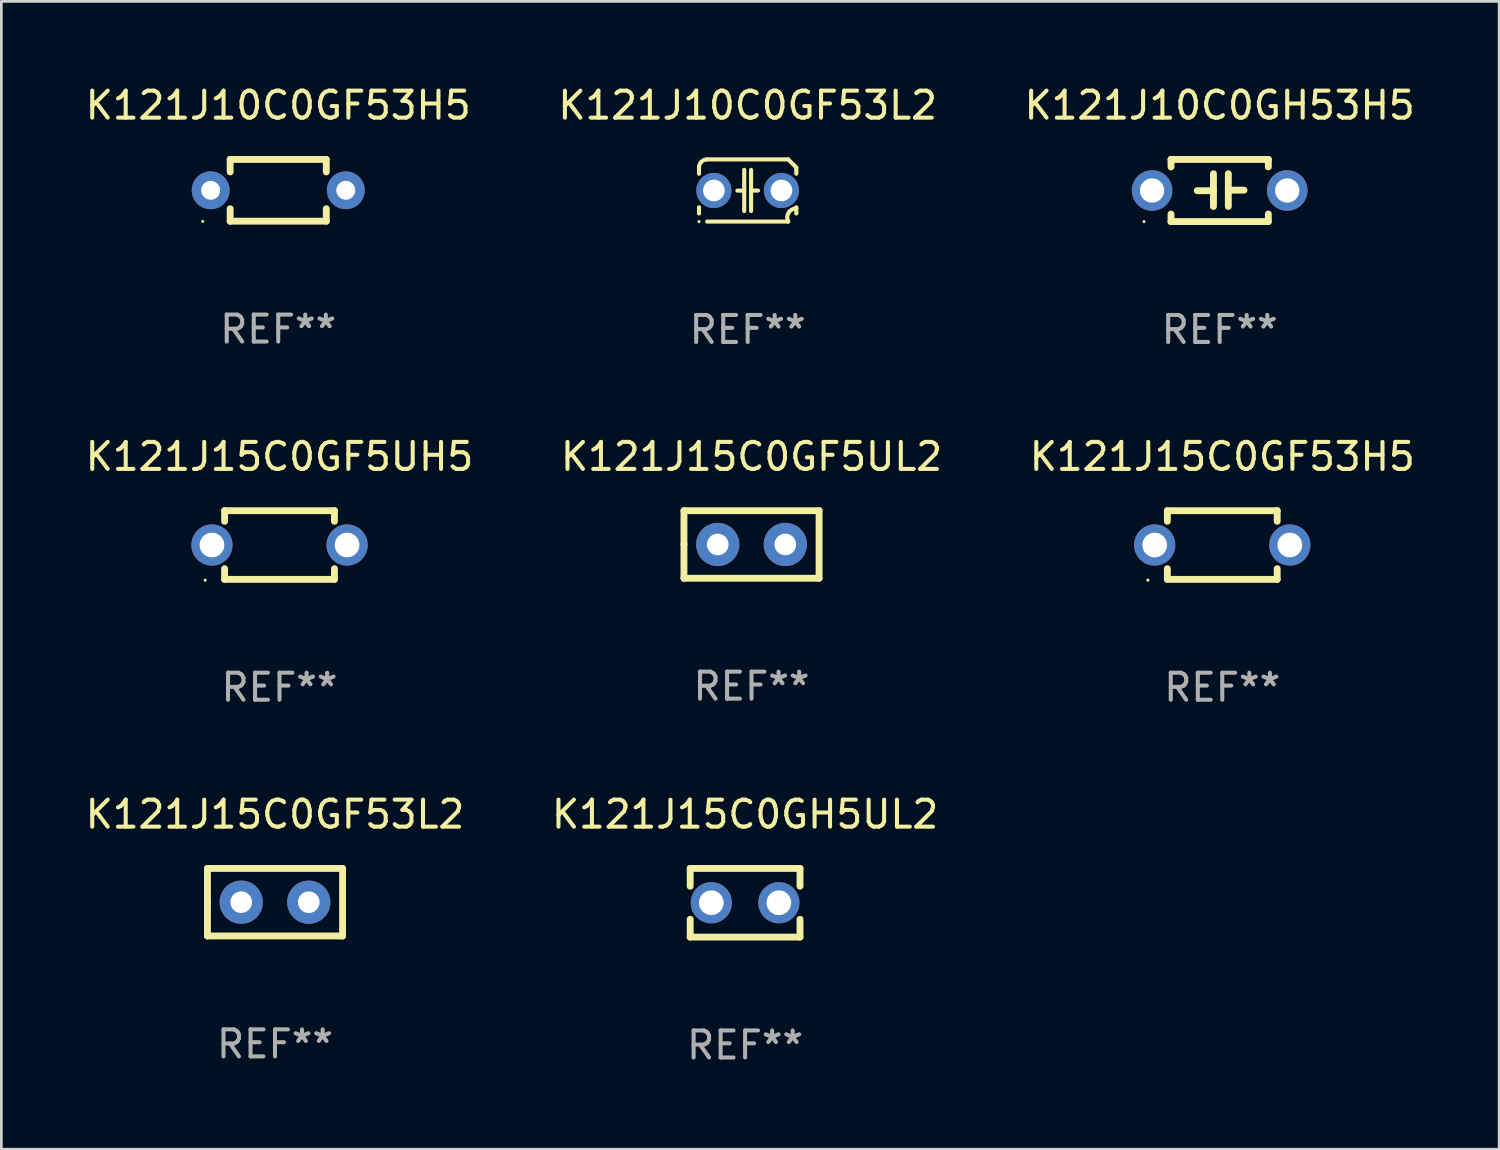
<source format=kicad_pcb>
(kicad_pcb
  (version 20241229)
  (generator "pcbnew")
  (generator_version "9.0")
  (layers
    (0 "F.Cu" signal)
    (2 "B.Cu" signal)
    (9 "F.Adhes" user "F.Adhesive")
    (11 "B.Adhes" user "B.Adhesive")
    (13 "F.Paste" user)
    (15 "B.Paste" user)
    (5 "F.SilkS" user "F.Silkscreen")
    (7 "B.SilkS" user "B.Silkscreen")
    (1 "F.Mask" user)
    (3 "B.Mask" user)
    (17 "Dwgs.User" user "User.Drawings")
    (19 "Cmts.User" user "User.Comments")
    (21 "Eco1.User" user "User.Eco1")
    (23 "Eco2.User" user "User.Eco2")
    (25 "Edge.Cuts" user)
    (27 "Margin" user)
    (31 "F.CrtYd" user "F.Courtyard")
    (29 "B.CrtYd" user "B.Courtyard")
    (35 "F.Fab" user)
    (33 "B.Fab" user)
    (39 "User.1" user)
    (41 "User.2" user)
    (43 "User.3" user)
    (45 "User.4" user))
  (footprint "K121J10C0GH53H5"
    (layer "F.Cu")
    (at 42.077 3.998)
    (property "Reference" "K121J10C0GH53H5" (at 0 -3.15 0) (layer "F.SilkS") (effects (font (size 1 1) (thickness 0.15))))
    (attr through_hole)
    (fp_line (start -1.8 -1.15) (end -1.8 -0.872) (stroke (width 0.254) (type solid)) (layer "F.SilkS"))
    (fp_line (start -1.8 -1.15) (end 1.8 -1.15) (stroke (width 0.254) (type solid)) (layer "F.SilkS"))
    (fp_line (start -1.8 0.872) (end -1.8 1.15) (stroke (width 0.254) (type solid)) (layer "F.SilkS"))
    (fp_line (start -1.8 1.15) (end 1.8 1.15) (stroke (width 0.254) (type solid)) (layer "F.SilkS"))
    (fp_line (start -0.23 -0.62) (end -0.23 0.59) (stroke (width 0.254) (type solid)) (layer "F.SilkS"))
    (fp_line (start -0.23 0.007) (end -0.83 0.007) (stroke (width 0.254) (type solid)) (layer "F.SilkS"))
    (fp_line (start 0.32 -0.62) (end 0.32 0.59) (stroke (width 0.254) (type solid)) (layer "F.SilkS"))
    (fp_line (start 0.32 -0.012) (end 0.9 -0.012) (stroke (width 0.254) (type solid)) (layer "F.SilkS"))
    (fp_line (start 1.8 -1.15) (end 1.8 -0.872) (stroke (width 0.254) (type solid)) (layer "F.SilkS"))
    (fp_line (start 1.8 0.872) (end 1.8 1.15) (stroke (width 0.254) (type solid)) (layer "F.SilkS"))
    (fp_circle (center -2.8 1.15) (end -2.77 1.15) (stroke (width 0.06) (type solid)) (fill no) (layer "F.SilkS"))
    (fp_text user "REF**" (at 0 5.15 0) (layer "F.Fab") (effects (font (size 1 1) (thickness 0.15))))
    (pad "1" thru_hole circle (at -2.5 0) (size 1.5 1.5) (drill 0.9) (layers "*.Cu" "*.Mask"))
    (pad "2" thru_hole circle (at 2.5 0) (size 1.5 1.5) (drill 0.9) (layers "*.Cu" "*.Mask")))
  (footprint "K121J10C0GF53H5"
    (layer "F.Cu")
    (at 7.244 3.991)
    (property "Reference" "K121J10C0GF53H5" (at 0 -3.143 0) (layer "F.SilkS") (effects (font (size 1 1) (thickness 0.15))))
    (attr through_hole)
    (fp_line (start -1.778 -1.143) (end 1.778 -1.143) (stroke (width 0.254) (type solid)) (layer "F.SilkS"))
    (fp_line (start -1.778 -0.681) (end -1.778 -1.143) (stroke (width 0.254) (type solid)) (layer "F.SilkS"))
    (fp_line (start -1.778 1.143) (end -1.778 0.681) (stroke (width 0.254) (type solid)) (layer "F.SilkS"))
    (fp_line (start 1.778 -1.143) (end 1.778 -0.681) (stroke (width 0.254) (type solid)) (layer "F.SilkS"))
    (fp_line (start 1.778 0.681) (end 1.778 1.143) (stroke (width 0.254) (type solid)) (layer "F.SilkS"))
    (fp_line (start 1.778 1.143) (end -1.778 1.143) (stroke (width 0.254) (type solid)) (layer "F.SilkS"))
    (fp_circle (center -2.794 1.15) (end -2.764 1.15) (stroke (width 0.06) (type solid)) (fill no) (layer "F.SilkS"))
    (fp_text user "REF**" (at 0 5.143 0) (layer "F.Fab") (effects (font (size 1 1) (thickness 0.15))))
    (pad "1" thru_hole circle (at -2.5 0) (size 1.4 1.4) (drill 0.7) (layers "*.Cu" "*.Mask"))
    (pad "2" thru_hole circle (at 2.5 0) (size 1.4 1.4) (drill 0.7) (layers "*.Cu" "*.Mask")))
  (footprint "K121J15C0GH5UL2"
    (layer "F.Cu")
    (at 24.518 30.351)
    (property "Reference" "K121J15C0GH5UL2" (at 0 -3.27 0) (layer "F.SilkS") (effects (font (size 1 1) (thickness 0.15))))
    (attr through_hole)
    (fp_line (start -2.032 -1.27) (end -2.032 -0.611) (stroke (width 0.254) (type solid)) (layer "F.SilkS"))
    (fp_line (start -2.032 0.611) (end -2.032 1.27) (stroke (width 0.254) (type solid)) (layer "F.SilkS"))
    (fp_line (start -2.032 1.27) (end 2.032 1.27) (stroke (width 0.254) (type solid)) (layer "F.SilkS"))
    (fp_line (start 2.032 -1.27) (end -2.032 -1.27) (stroke (width 0.254) (type solid)) (layer "F.SilkS"))
    (fp_line (start 2.032 -0.611) (end 2.032 -1.27) (stroke (width 0.254) (type solid)) (layer "F.SilkS"))
    (fp_line (start 2.032 1.27) (end 2.032 0.611) (stroke (width 0.254) (type solid)) (layer "F.SilkS"))
    (fp_circle (center -2 1.3) (end -1.97 1.3) (stroke (width 0.06) (type solid)) (fill no) (layer "F.SilkS"))
    (fp_text user "REF**" (at 0 5.27 0) (layer "F.Fab") (effects (font (size 1 1) (thickness 0.15))))
    (pad "1" thru_hole circle (at -1.25 0) (size 1.524 1.524) (drill 0.914) (layers "*.Cu" "*.Mask"))
    (pad "2" thru_hole circle (at 1.25 0) (size 1.524 1.524) (drill 0.914) (layers "*.Cu" "*.Mask")))
  (footprint "K121J15C0GF53L2"
    (layer "F.Cu")
    (at 7.125 30.331)
    (property "Reference" "K121J15C0GF53L2" (at 0 -3.25 0) (layer "F.SilkS") (effects (font (size 1 1) (thickness 0.15))))
    (attr through_hole)
    (fp_line (start -2.5 -1.25) (end 2.5 -1.25) (stroke (width 0.254) (type solid)) (layer "F.SilkS"))
    (fp_line (start -2.5 0) (end -2.5 -1.25) (stroke (width 0.254) (type solid)) (layer "F.SilkS"))
    (fp_line (start -2.5 1.25) (end -2.5 0) (stroke (width 0.254) (type solid)) (layer "F.SilkS"))
    (fp_line (start 2.5 -1.25) (end 2.5 1.25) (stroke (width 0.254) (type solid)) (layer "F.SilkS"))
    (fp_line (start 2.5 1.25) (end -2.5 1.25) (stroke (width 0.254) (type solid)) (layer "F.SilkS"))
    (fp_circle (center -2.5 1.25) (end -2.47 1.25) (stroke (width 0.06) (type solid)) (fill no) (layer "F.SilkS"))
    (fp_text user "REF**" (at 0 5.25 0) (layer "F.Fab") (effects (font (size 1 1) (thickness 0.15))))
    (pad "1" thru_hole circle (at -1.25 0) (size 1.6 1.6) (drill 0.8) (layers "*.Cu" "*.Mask"))
    (pad "2" thru_hole circle (at 1.25 0) (size 1.6 1.6) (drill 0.8) (layers "*.Cu" "*.Mask")))
  (footprint "K121J15C0GF5UH5"
    (layer "F.Cu")
    (at 7.292 17.115)
    (property "Reference" "K121J15C0GF5UH5" (at 0 -3.27 0) (layer "F.SilkS") (effects (font (size 1 1) (thickness 0.15))))
    (attr through_hole)
    (fp_line (start -2.032 -1.27) (end -2.032 -0.876) (stroke (width 0.254) (type solid)) (layer "F.SilkS"))
    (fp_line (start -2.032 0.876) (end -2.032 1.27) (stroke (width 0.254) (type solid)) (layer "F.SilkS"))
    (fp_line (start -2.032 1.27) (end 2.032 1.27) (stroke (width 0.254) (type solid)) (layer "F.SilkS"))
    (fp_line (start 2.032 -1.27) (end -2.032 -1.27) (stroke (width 0.254) (type solid)) (layer "F.SilkS"))
    (fp_line (start 2.032 -0.876) (end 2.032 -1.27) (stroke (width 0.254) (type solid)) (layer "F.SilkS"))
    (fp_line (start 2.032 1.27) (end 2.032 0.876) (stroke (width 0.254) (type solid)) (layer "F.SilkS"))
    (fp_circle (center -2.751 1.3) (end -2.721 1.3) (stroke (width 0.06) (type solid)) (fill no) (layer "F.SilkS"))
    (fp_text user "REF**" (at 0 5.27 0) (layer "F.Fab") (effects (font (size 1 1) (thickness 0.15))))
    (pad "1" thru_hole circle (at -2.5 0) (size 1.524 1.524) (drill 0.914) (layers "*.Cu" "*.Mask"))
    (pad "2" thru_hole circle (at 2.5 0) (size 1.524 1.524) (drill 0.914) (layers "*.Cu" "*.Mask")))
  (footprint "K121J10C0GF53L2"
    (layer "F.Cu")
    (at 24.613 3.998)
    (property "Reference" "K121J10C0GF53L2" (at 0 -3.15 0) (layer "F.SilkS") (effects (font (size 1 1) (thickness 0.15))))
    (attr through_hole)
    (fp_line (start -1.8 -0.621) (end -1.8 -0.85) (stroke (width 0.152) (type solid)) (layer "F.SilkS"))
    (fp_line (start -1.8 0.85) (end -1.8 0.621) (stroke (width 0.152) (type solid)) (layer "F.SilkS"))
    (fp_line (start -1.5 -1.15) (end 1.5 -1.15) (stroke (width 0.152) (type solid)) (layer "F.SilkS"))
    (fp_line (start -0.127 -0.762) (end -0.127 0.762) (stroke (width 0.152) (type solid)) (layer "F.SilkS"))
    (fp_line (start -0.127 0.005) (end -0.381 0.005) (stroke (width 0.152) (type solid)) (layer "F.SilkS"))
    (fp_line (start 0.127 -0.762) (end 0.127 0.762) (stroke (width 0.152) (type solid)) (layer "F.SilkS"))
    (fp_line (start 0.127 0.002) (end 0.381 0.002) (stroke (width 0.152) (type solid)) (layer "F.SilkS"))
    (fp_line (start 1.5 1.15) (end -1.5 1.15) (stroke (width 0.152) (type solid)) (layer "F.SilkS"))
    (fp_line (start 1.8 -0.85) (end 1.8 -0.621) (stroke (width 0.152) (type solid)) (layer "F.SilkS"))
    (fp_line (start 1.8 0.621) (end 1.8 0.85) (stroke (width 0.152) (type solid)) (layer "F.SilkS"))
    (fp_arc (start -1.799975 -0.849987) (mid -1.712107 -1.062119) (end -1.499975 -1.149987) (stroke (width 0.151994) (type solid)) (layer "F.SilkS"))
    (fp_arc (start 1.499975 1.149987) (mid 1.513726 0.822359) (end 1.799975 0.662387) (stroke (width 0.151994) (type solid)) (layer "F.SilkS"))
    (fp_arc (start 1.500001 -1.149986) (mid 1.650015 -1.000001) (end 1.8 -0.849987) (stroke (width 0.151994) (type solid)) (layer "F.SilkS"))
    (fp_circle (center -1.8 1.15) (end -1.77 1.15) (stroke (width 0.06) (type solid)) (fill no) (layer "F.SilkS"))
    (fp_text user "REF**" (at 0 5.15 0) (layer "F.Fab") (effects (font (size 1 1) (thickness 0.15))))
    (pad "1" thru_hole circle (at -1.25 0) (size 1.3 1.3) (drill 0.8) (layers "*.Cu" "*.Mask"))
    (pad "2" thru_hole circle (at 1.25 0) (size 1.3 1.3) (drill 0.8) (layers "*.Cu" "*.Mask")))
  (footprint "K121J15C0GF5UL2"
    (layer "F.Cu")
    (at 24.756 17.095)
    (property "Reference" "K121J15C0GF5UL2" (at 0 -3.25 0) (layer "F.SilkS") (effects (font (size 1 1) (thickness 0.15))))
    (attr through_hole)
    (fp_line (start -2.5 -1.25) (end 2.5 -1.25) (stroke (width 0.254) (type solid)) (layer "F.SilkS"))
    (fp_line (start -2.5 0) (end -2.5 -1.25) (stroke (width 0.254) (type solid)) (layer "F.SilkS"))
    (fp_line (start -2.5 1.25) (end -2.5 0) (stroke (width 0.254) (type solid)) (layer "F.SilkS"))
    (fp_line (start 2.5 -1.25) (end 2.5 1.25) (stroke (width 0.254) (type solid)) (layer "F.SilkS"))
    (fp_line (start 2.5 1.25) (end -2.5 1.25) (stroke (width 0.254) (type solid)) (layer "F.SilkS"))
    (fp_circle (center -2.5 1.25) (end -2.47 1.25) (stroke (width 0.06) (type solid)) (fill no) (layer "F.SilkS"))
    (fp_text user "REF**" (at 0 5.25 0) (layer "F.Fab") (effects (font (size 1 1) (thickness 0.15))))
    (pad "1" thru_hole circle (at -1.25 0) (size 1.6 1.6) (drill 0.8) (layers "*.Cu" "*.Mask"))
    (pad "2" thru_hole circle (at 1.25 0) (size 1.6 1.6) (drill 0.8) (layers "*.Cu" "*.Mask")))
  (footprint "K121J15C0GF53H5"
    (layer "F.Cu")
    (at 42.173 17.115)
    (property "Reference" "K121J15C0GF53H5" (at 0 -3.27 0) (layer "F.SilkS") (effects (font (size 1 1) (thickness 0.15))))
    (attr through_hole)
    (fp_line (start -2.032 -1.27) (end -2.032 -0.876) (stroke (width 0.254) (type solid)) (layer "F.SilkS"))
    (fp_line (start -2.032 0.876) (end -2.032 1.27) (stroke (width 0.254) (type solid)) (layer "F.SilkS"))
    (fp_line (start -2.032 1.27) (end 2.032 1.27) (stroke (width 0.254) (type solid)) (layer "F.SilkS"))
    (fp_line (start 2.032 -1.27) (end -2.032 -1.27) (stroke (width 0.254) (type solid)) (layer "F.SilkS"))
    (fp_line (start 2.032 -0.876) (end 2.032 -1.27) (stroke (width 0.254) (type solid)) (layer "F.SilkS"))
    (fp_line (start 2.032 1.27) (end 2.032 0.876) (stroke (width 0.254) (type solid)) (layer "F.SilkS"))
    (fp_circle (center -2.751 1.3) (end -2.721 1.3) (stroke (width 0.06) (type solid)) (fill no) (layer "F.SilkS"))
    (fp_text user "REF**" (at 0 5.27 0) (layer "F.Fab") (effects (font (size 1 1) (thickness 0.15))))
    (pad "1" thru_hole circle (at -2.5 0) (size 1.524 1.524) (drill 0.914) (layers "*.Cu" "*.Mask"))
    (pad "2" thru_hole circle (at 2.5 0) (size 1.524 1.524) (drill 0.914) (layers "*.Cu" "*.Mask")))
  (gr_rect
    (start -3 -3)
    (end 52.417 39.47)
    (stroke (width 0.1) (type default))
    (fill no)
    (layer "Edge.Cuts")))
</source>
